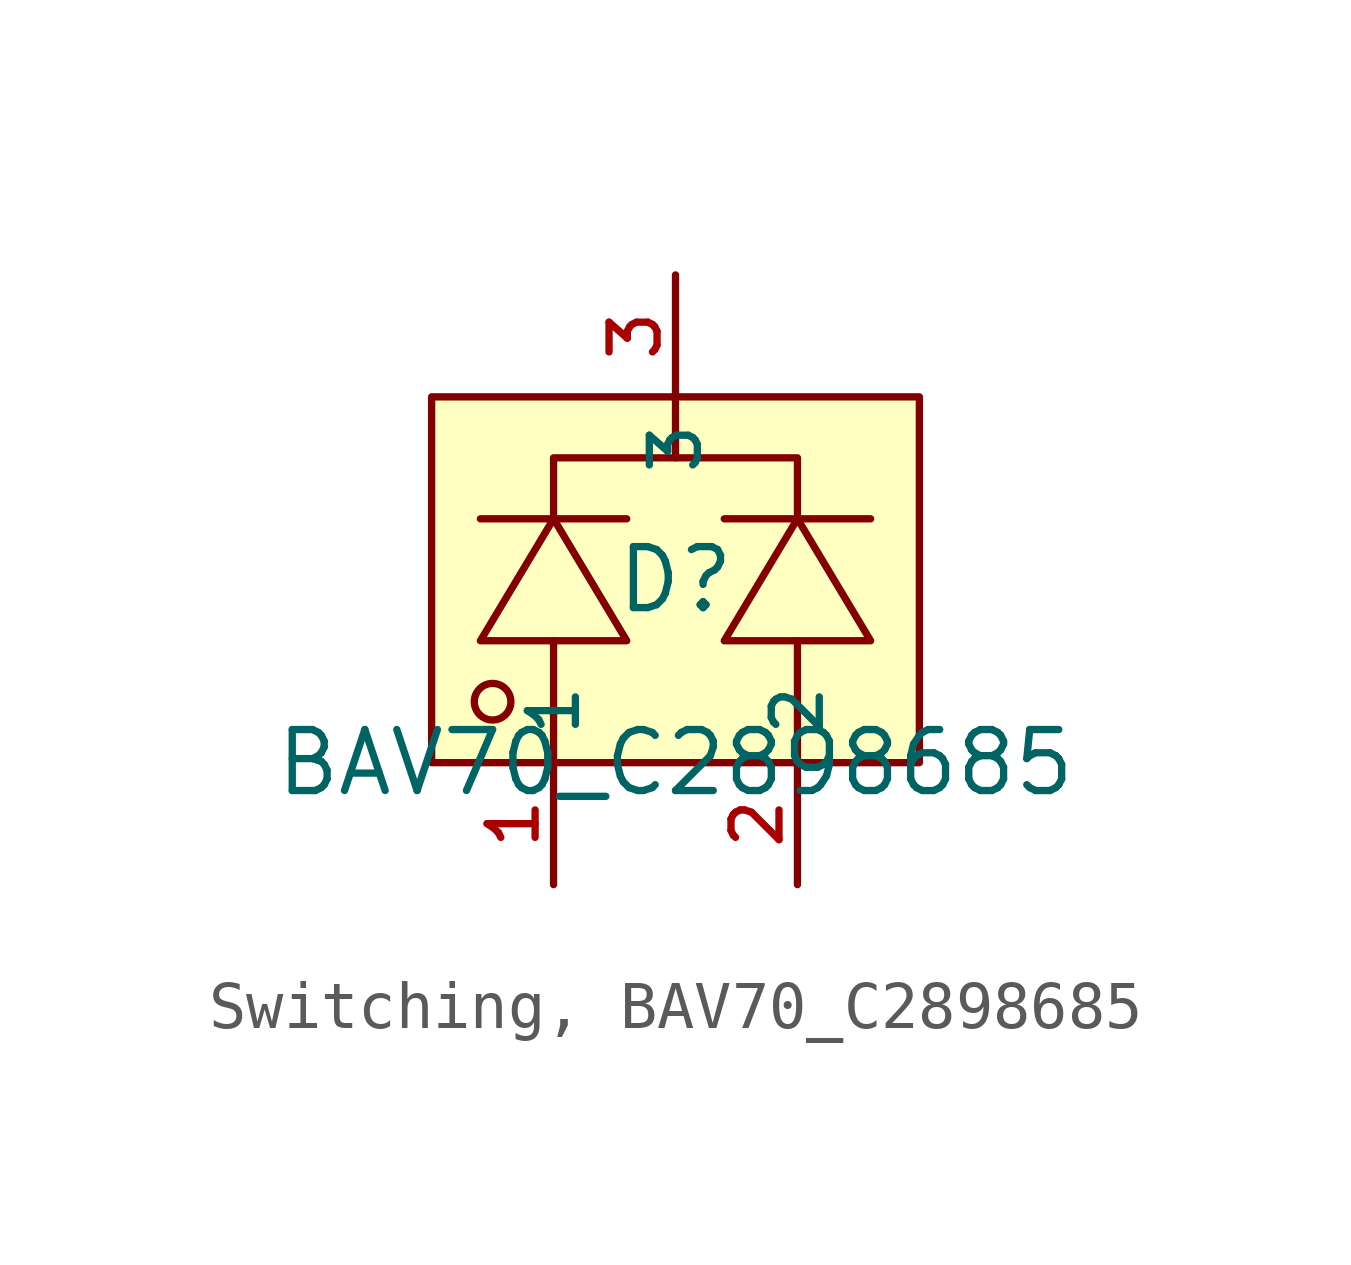
<source format=kicad_sym>
(kicad_symbol_lib
  (version 20231120)
  (generator "CDFER_Archive_Tool")
  (generator_version "0.0")
  (symbol "Switching, BAV70_C2898685"
    (property "Reference" "D"
      (at 0 1.27 0)
      (effects (font (size 1.27 1.27))))
    (property "Value" "BAV70_C2898685"
      (at 0 -2.54 0)
      (effects (font (size 1.27 1.27))))
    (symbol "Switching, BAV70_C2898685_0_1"
      (rectangle (start -5.08 5.08) (end 5.08 -2.54) (stroke (width 0) (type default)) (fill (type background)))
      (circle (center -3.81 -1.27) (radius 0.381) (stroke (width 0) (type default)) (fill (type background)))
      (polyline (pts (xy -4.064 2.54) (xy -1.016 2.54)) (stroke (width 0) (type default)) (fill (type none)))
      (polyline (pts (xy -2.54 -2.54) (xy -2.54 0)) (stroke (width 0) (type default)) (fill (type none)))
      (polyline (pts (xy 0 3.81) (xy 0 5.08)) (stroke (width 0) (type default)) (fill (type none)))
      (polyline (pts (xy 1.016 2.54) (xy 4.064 2.54)) (stroke (width 0) (type default)) (fill (type none)))
      (polyline (pts (xy 2.54 -2.54) (xy 2.54 0)) (stroke (width 0) (type default)) (fill (type none)))
      (polyline (pts (xy -2.54 2.54) (xy -2.54 3.81) (xy 2.54 3.81) (xy 2.54 2.54)) (stroke (width 0) (type default)) (fill (type none)))
      (polyline (pts (xy -1.016 0) (xy -2.54 2.54) (xy -4.064 0) (xy -1.016 0)) (stroke (width 0) (type default)) (fill (type background)))
      (polyline (pts (xy 4.064 0) (xy 2.54 2.54) (xy 1.016 0) (xy 4.064 0)) (stroke (width 0) (type default)) (fill (type background)))
      (pin unspecified line (at -2.54 -5.08 90) (length 2.54) (name "1" (effects (font (size 1 1)))) (number "1" (effects (font (size 1 1)))))
      (pin unspecified line (at 2.54 -5.08 90) (length 2.54) (name "2" (effects (font (size 1 1)))) (number "2" (effects (font (size 1 1)))))
      (pin unspecified line (at 0 7.62 270) (length 2.54) (name "3" (effects (font (size 1 1)))) (number "3" (effects (font (size 1 1))))))))
</source>
